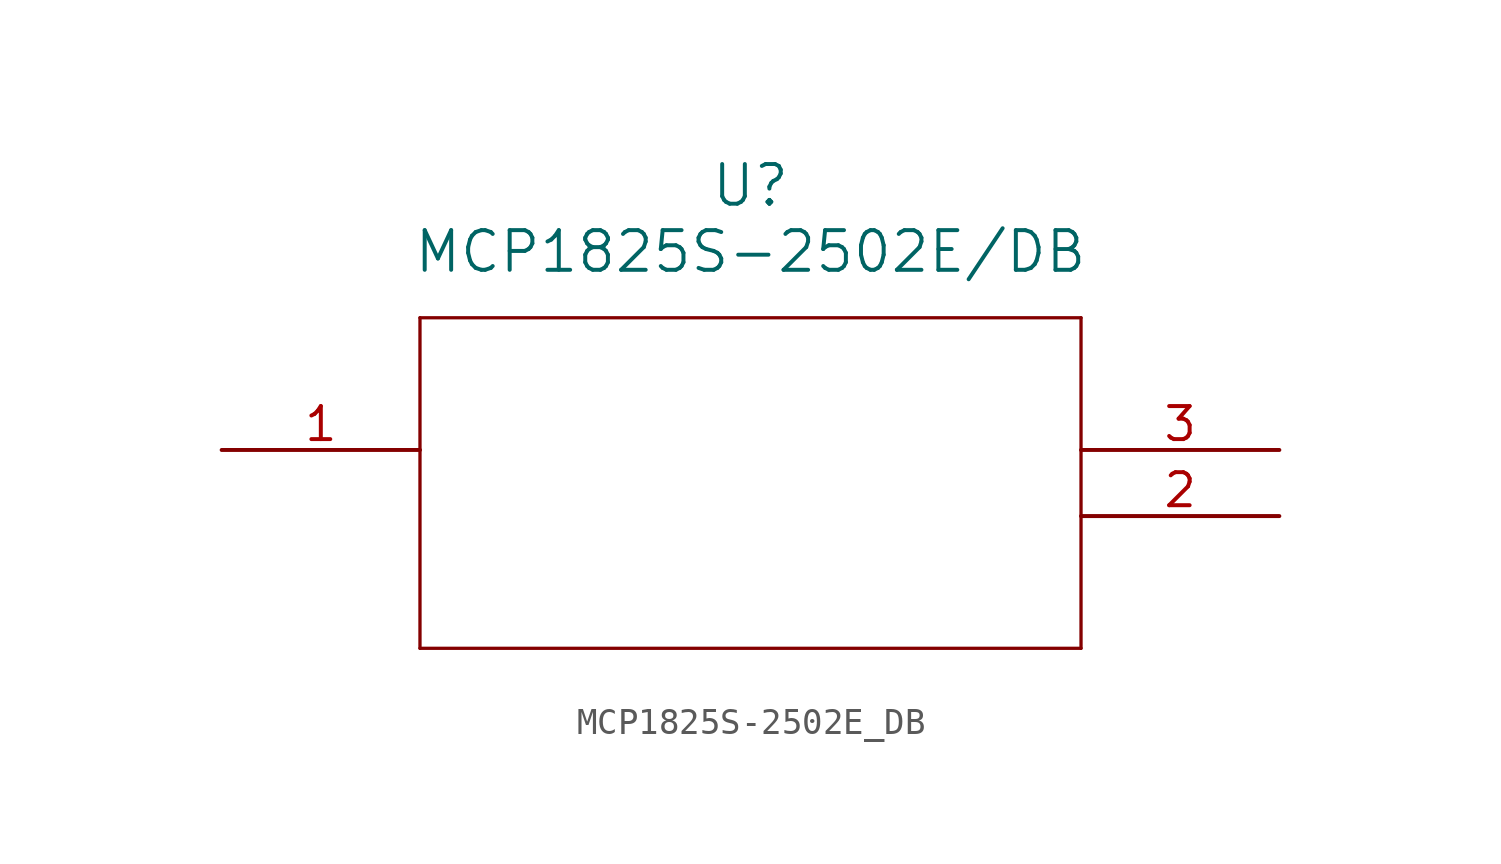
<source format=kicad_sym>
(kicad_symbol_lib
  (version 20211014)
  (generator kicad_symbol_editor)
  (symbol "MCP1825S-2502E_DB"
    (pin_names
      (offset 0.254))
    (property "Reference" "U"
      (at 20.32 10.16 0)
      (effects (font (size 1.524 1.524))))
    (property "Value" "MCP1825S-2502E/DB"
      (at 20.32 7.62 0)
      (effects (font (size 1.524 1.524))))
    (symbol "MCP1825S-2502E_DB_0_1"
      (polyline (pts (xy 7.62 5.08) (xy 7.62 -7.62)) (stroke (width 0.127) (type default) (color 0 0 0 0)) (fill (type none)))
      (polyline (pts (xy 7.62 -7.62) (xy 33.02 -7.62)) (stroke (width 0.127) (type default) (color 0 0 0 0)) (fill (type none)))
      (polyline (pts (xy 33.02 -7.62) (xy 33.02 5.08)) (stroke (width 0.127) (type default) (color 0 0 0 0)) (fill (type none)))
      (polyline (pts (xy 33.02 5.08) (xy 7.62 5.08)) (stroke (width 0.127) (type default) (color 0 0 0 0)) (fill (type none)))
      (pin unspecified line (at 0 0 0) (length 7.62) (name "" (effects (font (size 1.27 1.27)))) (number "1" (effects (font (size 1.27 1.27)))))
      (pin unspecified line (at 40.64 -2.54 180) (length 7.62) (name "" (effects (font (size 1.27 1.27)))) (number "2" (effects (font (size 1.27 1.27)))))
      (pin unspecified line (at 40.64 0 180) (length 7.62) (name "" (effects (font (size 1.27 1.27)))) (number "3" (effects (font (size 1.27 1.27))))))))
</source>
